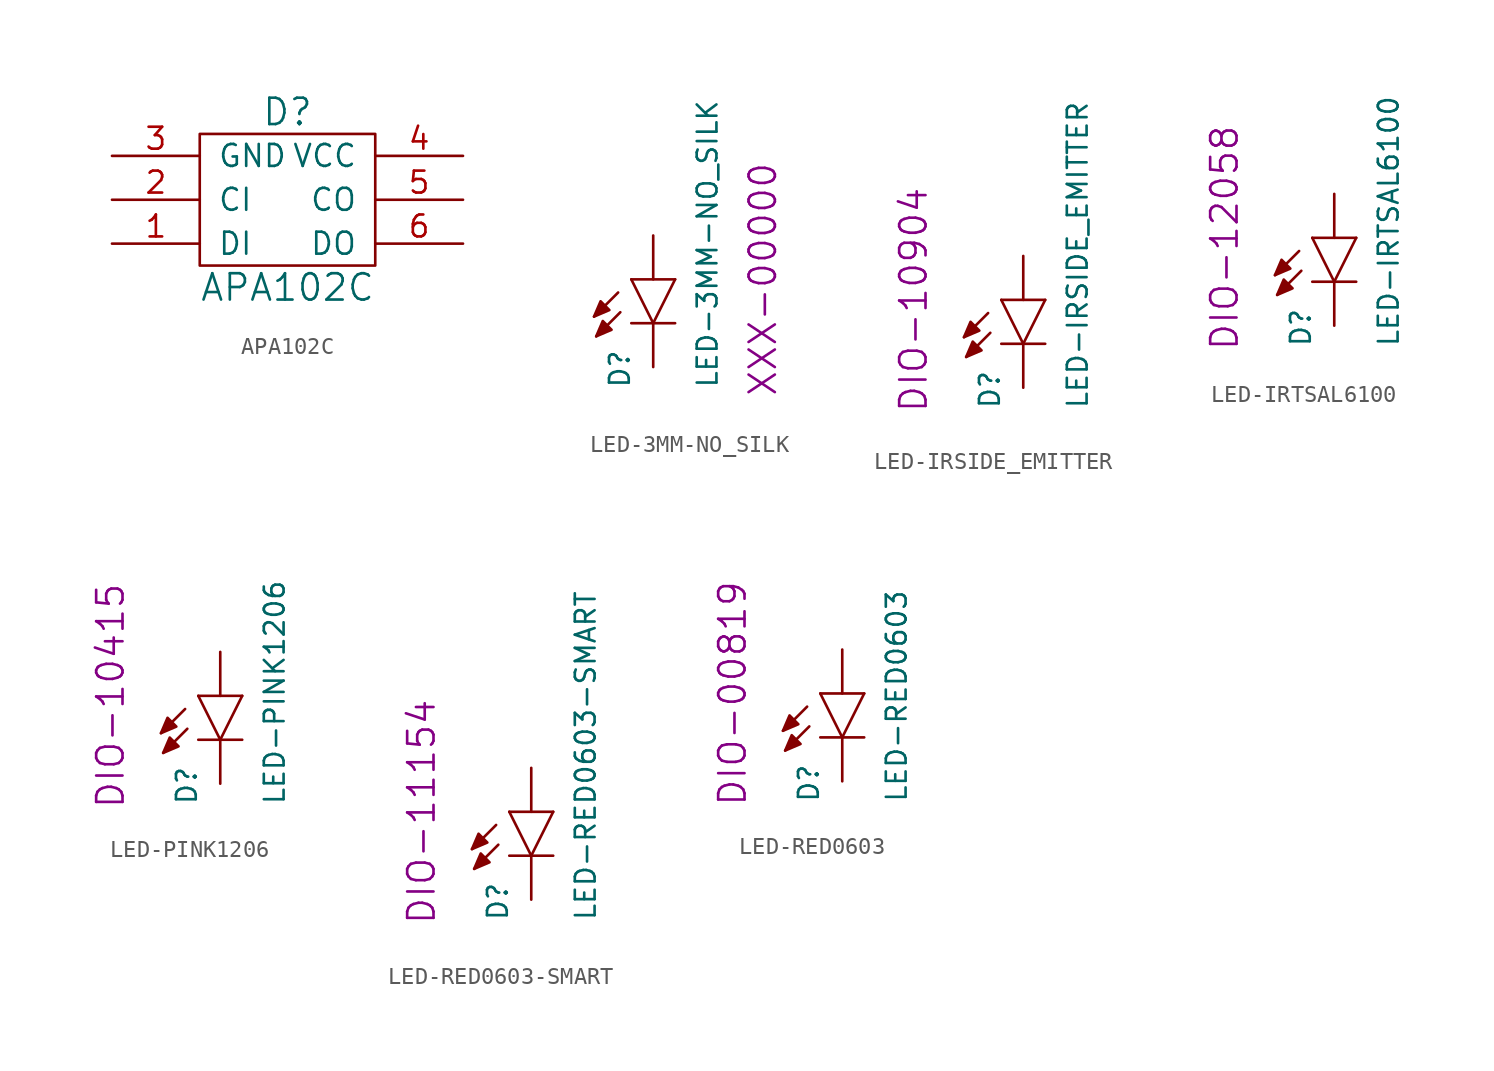
<source format=kicad_sym>
(kicad_symbol_lib
  (version 20220914)
  (generator kicad_symbol_editor)
  (symbol "APA102C"
    (pin_names
      (offset 1.016))
    (property "Reference" "D"
      (at 0 5.08 0)
      (effects (font (size 1.524 1.524))))
    (property "Value" "APA102C"
      (at 0 -5.08 0)
      (effects (font (size 1.524 1.524))))
    (symbol "APA102C_0_1"
      (rectangle (start -5.08 3.81) (end 5.08 -3.81) (stroke (width 0) (type solid)) (fill (type none))))
    (symbol "APA102C_1_1"
      (pin input line (at -10.16 -2.54 0) (length 5.08) (name "DI" (effects (font (size 1.27 1.27)))) (number "1" (effects (font (size 1.27 1.27)))))
      (pin input line (at -10.16 0 0) (length 5.08) (name "CI" (effects (font (size 1.27 1.27)))) (number "2" (effects (font (size 1.27 1.27)))))
      (pin power_out line (at -10.16 2.54 0) (length 5.08) (name "GND" (effects (font (size 1.27 1.27)))) (number "3" (effects (font (size 1.27 1.27)))))
      (pin power_in line (at 10.16 2.54 180) (length 5.08) (name "VCC" (effects (font (size 1.27 1.27)))) (number "4" (effects (font (size 1.27 1.27)))))
      (pin output line (at 10.16 0 180) (length 5.08) (name "CO" (effects (font (size 1.27 1.27)))) (number "5" (effects (font (size 1.27 1.27)))))
      (pin output line (at 10.16 -2.54 180) (length 5.08) (name "DO" (effects (font (size 1.27 1.27)))) (number "6" (effects (font (size 1.27 1.27)))))))
  (symbol "LED-3MM-NO_SILK"
    (pin_numbers hide)
    (pin_names
      (offset 1.016) hide)
    (property "Reference" "D"
      (at -1.27 -6.35 90)
      (effects (font (size 1.143 1.143)) (justify left bottom)))
    (property "Value" "LED-3MM-NO_SILK"
      (at 3.81 -6.35 90)
      (effects (font (size 1.143 1.143)) (justify left bottom)))
    (property "Field4" "XXX-00000"
      (at 6.35 0 90)
      (effects (font (size 1.524 1.524))))
    (property "ki_locked" ""
      (at 0 0 0)
      (effects (font (size 1.27 1.27))))
    (symbol "LED-3MM-NO_SILK_1_0"
      (polyline (pts (xy -2.032 -0.762) (xy -3.429 -2.159)) (stroke (width 0) (type solid)) (fill (type none)))
      (polyline (pts (xy -1.905 -1.905) (xy -3.302 -3.302)) (stroke (width 0) (type solid)) (fill (type none)))
      (polyline (pts (xy 0 -2.54) (xy -1.27 -2.54)) (stroke (width 0) (type solid)) (fill (type none)))
      (polyline (pts (xy 0 -2.54) (xy -1.27 0)) (stroke (width 0) (type solid)) (fill (type none)))
      (polyline (pts (xy 1.27 -2.54) (xy 0 -2.54)) (stroke (width 0) (type solid)) (fill (type none)))
      (polyline (pts (xy 1.27 0) (xy -1.27 0)) (stroke (width 0) (type solid)) (fill (type none)))
      (polyline (pts (xy 1.27 0) (xy 0 -2.54)) (stroke (width 0) (type solid)) (fill (type none))))
    (symbol "LED-3MM-NO_SILK_1_1"
      (polyline (pts (xy -3.429 -2.159) (xy -3.048 -1.27) (xy -3.048 -1.27) (xy -2.54 -1.778) (xy -2.54 -1.778) (xy -3.429 -2.159)) (stroke (width 0) (type solid)) (fill (type outline)))
      (polyline (pts (xy -3.302 -3.302) (xy -2.921 -2.413) (xy -2.921 -2.413) (xy -2.413 -2.921) (xy -2.413 -2.921) (xy -3.302 -3.302)) (stroke (width 0) (type solid)) (fill (type outline)))
      (pin passive line (at 0 2.54 270) (length 2.54) (name "A" (effects (font (size 1.016 1.016)))) (number "A" (effects (font (size 1.016 1.016)))))
      (pin passive line (at 0 -5.08 90) (length 2.54) (name "C" (effects (font (size 1.016 1.016)))) (number "K" (effects (font (size 1.016 1.016)))))))
  (symbol "LED-IRSIDE_EMITTER"
    (pin_numbers hide)
    (pin_names
      (offset 1.016) hide)
    (property "Reference" "D"
      (at -1.27 -6.35 90)
      (effects (font (size 1.143 1.143)) (justify left bottom)))
    (property "Value" "LED-IRSIDE_EMITTER"
      (at 3.81 -6.35 90)
      (effects (font (size 1.143 1.143)) (justify left bottom)))
    (property "Field4" "DIO-10904"
      (at -6.35 0 90)
      (effects (font (size 1.524 1.524))))
    (property "ki_locked" ""
      (at 0 0 0)
      (effects (font (size 1.27 1.27))))
    (symbol "LED-IRSIDE_EMITTER_1_0"
      (polyline (pts (xy -2.032 -0.762) (xy -3.429 -2.159)) (stroke (width 0) (type solid)) (fill (type none)))
      (polyline (pts (xy -1.905 -1.905) (xy -3.302 -3.302)) (stroke (width 0) (type solid)) (fill (type none)))
      (polyline (pts (xy 0 -2.54) (xy -1.27 -2.54)) (stroke (width 0) (type solid)) (fill (type none)))
      (polyline (pts (xy 0 -2.54) (xy -1.27 0)) (stroke (width 0) (type solid)) (fill (type none)))
      (polyline (pts (xy 1.27 -2.54) (xy 0 -2.54)) (stroke (width 0) (type solid)) (fill (type none)))
      (polyline (pts (xy 1.27 0) (xy -1.27 0)) (stroke (width 0) (type solid)) (fill (type none)))
      (polyline (pts (xy 1.27 0) (xy 0 -2.54)) (stroke (width 0) (type solid)) (fill (type none))))
    (symbol "LED-IRSIDE_EMITTER_1_1"
      (polyline (pts (xy -3.429 -2.159) (xy -3.048 -1.27) (xy -3.048 -1.27) (xy -2.54 -1.778) (xy -2.54 -1.778) (xy -3.429 -2.159)) (stroke (width 0) (type solid)) (fill (type outline)))
      (polyline (pts (xy -3.302 -3.302) (xy -2.921 -2.413) (xy -2.921 -2.413) (xy -2.413 -2.921) (xy -2.413 -2.921) (xy -3.302 -3.302)) (stroke (width 0) (type solid)) (fill (type outline)))
      (pin passive line (at 0 2.54 270) (length 2.54) (name "A" (effects (font (size 1.016 1.016)))) (number "A" (effects (font (size 1.016 1.016)))))
      (pin passive line (at 0 -5.08 90) (length 2.54) (name "C" (effects (font (size 1.016 1.016)))) (number "C" (effects (font (size 1.016 1.016)))))))
  (symbol "LED-IRTSAL6100"
    (pin_numbers hide)
    (pin_names
      (offset 1.016) hide)
    (property "Reference" "D"
      (at -1.27 -6.35 90)
      (effects (font (size 1.143 1.143)) (justify left bottom)))
    (property "Value" "LED-IRTSAL6100"
      (at 3.81 -6.35 90)
      (effects (font (size 1.143 1.143)) (justify left bottom)))
    (property "Field4" "DIO-12058"
      (at -6.35 0 90)
      (effects (font (size 1.524 1.524))))
    (property "ki_locked" ""
      (at 0 0 0)
      (effects (font (size 1.27 1.27))))
    (symbol "LED-IRTSAL6100_1_0"
      (polyline (pts (xy -2.032 -0.762) (xy -3.429 -2.159)) (stroke (width 0) (type solid)) (fill (type none)))
      (polyline (pts (xy -1.905 -1.905) (xy -3.302 -3.302)) (stroke (width 0) (type solid)) (fill (type none)))
      (polyline (pts (xy 0 -2.54) (xy -1.27 -2.54)) (stroke (width 0) (type solid)) (fill (type none)))
      (polyline (pts (xy 0 -2.54) (xy -1.27 0)) (stroke (width 0) (type solid)) (fill (type none)))
      (polyline (pts (xy 1.27 -2.54) (xy 0 -2.54)) (stroke (width 0) (type solid)) (fill (type none)))
      (polyline (pts (xy 1.27 0) (xy -1.27 0)) (stroke (width 0) (type solid)) (fill (type none)))
      (polyline (pts (xy 1.27 0) (xy 0 -2.54)) (stroke (width 0) (type solid)) (fill (type none))))
    (symbol "LED-IRTSAL6100_1_1"
      (polyline (pts (xy -3.429 -2.159) (xy -3.048 -1.27) (xy -3.048 -1.27) (xy -2.54 -1.778) (xy -2.54 -1.778) (xy -3.429 -2.159)) (stroke (width 0) (type solid)) (fill (type outline)))
      (polyline (pts (xy -3.302 -3.302) (xy -2.921 -2.413) (xy -2.921 -2.413) (xy -2.413 -2.921) (xy -2.413 -2.921) (xy -3.302 -3.302)) (stroke (width 0) (type solid)) (fill (type outline)))
      (pin passive line (at 0 2.54 270) (length 2.54) (name "A" (effects (font (size 1.016 1.016)))) (number "A" (effects (font (size 1.016 1.016)))))
      (pin passive line (at 0 -5.08 90) (length 2.54) (name "C" (effects (font (size 1.016 1.016)))) (number "K" (effects (font (size 1.016 1.016)))))))
  (symbol "LED-PINK1206"
    (pin_numbers hide)
    (pin_names
      (offset 1.016) hide)
    (property "Reference" "D"
      (at -1.27 -6.35 90)
      (effects (font (size 1.143 1.143)) (justify left bottom)))
    (property "Value" "LED-PINK1206"
      (at 3.81 -6.35 90)
      (effects (font (size 1.143 1.143)) (justify left bottom)))
    (property "Field4" "DIO-10415"
      (at -6.35 0 90)
      (effects (font (size 1.524 1.524))))
    (property "ki_locked" ""
      (at 0 0 0)
      (effects (font (size 1.27 1.27))))
    (symbol "LED-PINK1206_1_0"
      (polyline (pts (xy -2.032 -0.762) (xy -3.429 -2.159)) (stroke (width 0) (type solid)) (fill (type none)))
      (polyline (pts (xy -1.905 -1.905) (xy -3.302 -3.302)) (stroke (width 0) (type solid)) (fill (type none)))
      (polyline (pts (xy 0 -2.54) (xy -1.27 -2.54)) (stroke (width 0) (type solid)) (fill (type none)))
      (polyline (pts (xy 0 -2.54) (xy -1.27 0)) (stroke (width 0) (type solid)) (fill (type none)))
      (polyline (pts (xy 1.27 -2.54) (xy 0 -2.54)) (stroke (width 0) (type solid)) (fill (type none)))
      (polyline (pts (xy 1.27 0) (xy -1.27 0)) (stroke (width 0) (type solid)) (fill (type none)))
      (polyline (pts (xy 1.27 0) (xy 0 -2.54)) (stroke (width 0) (type solid)) (fill (type none))))
    (symbol "LED-PINK1206_1_1"
      (polyline (pts (xy -3.429 -2.159) (xy -3.048 -1.27) (xy -3.048 -1.27) (xy -2.54 -1.778) (xy -2.54 -1.778) (xy -3.429 -2.159)) (stroke (width 0) (type solid)) (fill (type outline)))
      (polyline (pts (xy -3.302 -3.302) (xy -2.921 -2.413) (xy -2.921 -2.413) (xy -2.413 -2.921) (xy -2.413 -2.921) (xy -3.302 -3.302)) (stroke (width 0) (type solid)) (fill (type outline)))
      (pin passive line (at 0 2.54 270) (length 2.54) (name "A" (effects (font (size 1.016 1.016)))) (number "A" (effects (font (size 1.016 1.016)))))
      (pin passive line (at 0 -5.08 90) (length 2.54) (name "C" (effects (font (size 1.016 1.016)))) (number "C" (effects (font (size 1.016 1.016)))))))
  (symbol "LED-RED0603-SMART"
    (pin_numbers hide)
    (pin_names
      (offset 1.016) hide)
    (property "Reference" "D"
      (at -1.27 -6.35 90)
      (effects (font (size 1.143 1.143)) (justify left bottom)))
    (property "Value" "LED-RED0603-SMART"
      (at 3.81 -6.35 90)
      (effects (font (size 1.143 1.143)) (justify left bottom)))
    (property "Field4" "DIO-11154"
      (at -6.35 0 90)
      (effects (font (size 1.524 1.524))))
    (property "ki_locked" ""
      (at 0 0 0)
      (effects (font (size 1.27 1.27))))
    (symbol "LED-RED0603-SMART_1_0"
      (polyline (pts (xy -2.032 -0.762) (xy -3.429 -2.159)) (stroke (width 0) (type solid)) (fill (type none)))
      (polyline (pts (xy -1.905 -1.905) (xy -3.302 -3.302)) (stroke (width 0) (type solid)) (fill (type none)))
      (polyline (pts (xy 0 -2.54) (xy -1.27 -2.54)) (stroke (width 0) (type solid)) (fill (type none)))
      (polyline (pts (xy 0 -2.54) (xy -1.27 0)) (stroke (width 0) (type solid)) (fill (type none)))
      (polyline (pts (xy 1.27 -2.54) (xy 0 -2.54)) (stroke (width 0) (type solid)) (fill (type none)))
      (polyline (pts (xy 1.27 0) (xy -1.27 0)) (stroke (width 0) (type solid)) (fill (type none)))
      (polyline (pts (xy 1.27 0) (xy 0 -2.54)) (stroke (width 0) (type solid)) (fill (type none))))
    (symbol "LED-RED0603-SMART_1_1"
      (polyline (pts (xy -3.429 -2.159) (xy -3.048 -1.27) (xy -3.048 -1.27) (xy -2.54 -1.778) (xy -2.54 -1.778) (xy -3.429 -2.159)) (stroke (width 0) (type solid)) (fill (type outline)))
      (polyline (pts (xy -3.302 -3.302) (xy -2.921 -2.413) (xy -2.921 -2.413) (xy -2.413 -2.921) (xy -2.413 -2.921) (xy -3.302 -3.302)) (stroke (width 0) (type solid)) (fill (type outline)))
      (pin passive line (at 0 2.54 270) (length 2.54) (name "A" (effects (font (size 1.016 1.016)))) (number "A" (effects (font (size 1.016 1.016)))))
      (pin passive line (at 0 -5.08 90) (length 2.54) (name "C" (effects (font (size 1.016 1.016)))) (number "C" (effects (font (size 1.016 1.016)))))))
  (symbol "LED-RED0603"
    (pin_numbers hide)
    (pin_names
      (offset 1.016) hide)
    (property "Reference" "D"
      (at -1.27 -6.35 90)
      (effects (font (size 1.143 1.143)) (justify left bottom)))
    (property "Value" "LED-RED0603"
      (at 3.81 -6.35 90)
      (effects (font (size 1.143 1.143)) (justify left bottom)))
    (property "Field4" "DIO-00819"
      (at -6.35 0 90)
      (effects (font (size 1.524 1.524))))
    (property "ki_locked" ""
      (at 0 0 0)
      (effects (font (size 1.27 1.27))))
    (symbol "LED-RED0603_1_0"
      (polyline (pts (xy -2.032 -0.762) (xy -3.429 -2.159)) (stroke (width 0) (type solid)) (fill (type none)))
      (polyline (pts (xy -1.905 -1.905) (xy -3.302 -3.302)) (stroke (width 0) (type solid)) (fill (type none)))
      (polyline (pts (xy 0 -2.54) (xy -1.27 -2.54)) (stroke (width 0) (type solid)) (fill (type none)))
      (polyline (pts (xy 0 -2.54) (xy -1.27 0)) (stroke (width 0) (type solid)) (fill (type none)))
      (polyline (pts (xy 1.27 -2.54) (xy 0 -2.54)) (stroke (width 0) (type solid)) (fill (type none)))
      (polyline (pts (xy 1.27 0) (xy -1.27 0)) (stroke (width 0) (type solid)) (fill (type none)))
      (polyline (pts (xy 1.27 0) (xy 0 -2.54)) (stroke (width 0) (type solid)) (fill (type none))))
    (symbol "LED-RED0603_1_1"
      (polyline (pts (xy -3.429 -2.159) (xy -3.048 -1.27) (xy -3.048 -1.27) (xy -2.54 -1.778) (xy -2.54 -1.778) (xy -3.429 -2.159)) (stroke (width 0) (type solid)) (fill (type outline)))
      (polyline (pts (xy -3.302 -3.302) (xy -2.921 -2.413) (xy -2.921 -2.413) (xy -2.413 -2.921) (xy -2.413 -2.921) (xy -3.302 -3.302)) (stroke (width 0) (type solid)) (fill (type outline)))
      (pin passive line (at 0 2.54 270) (length 2.54) (name "A" (effects (font (size 1.016 1.016)))) (number "A" (effects (font (size 1.016 1.016)))))
      (pin passive line (at 0 -5.08 90) (length 2.54) (name "C" (effects (font (size 1.016 1.016)))) (number "C" (effects (font (size 1.016 1.016))))))))
</source>
